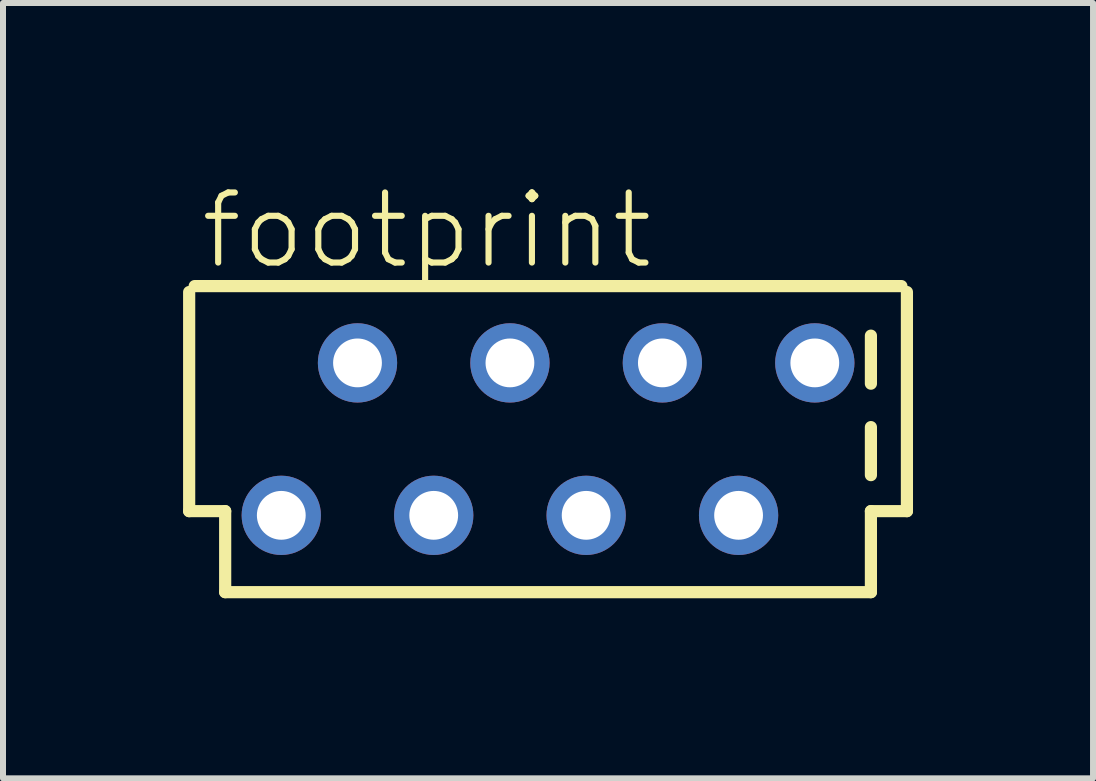
<source format=kicad_pcb>
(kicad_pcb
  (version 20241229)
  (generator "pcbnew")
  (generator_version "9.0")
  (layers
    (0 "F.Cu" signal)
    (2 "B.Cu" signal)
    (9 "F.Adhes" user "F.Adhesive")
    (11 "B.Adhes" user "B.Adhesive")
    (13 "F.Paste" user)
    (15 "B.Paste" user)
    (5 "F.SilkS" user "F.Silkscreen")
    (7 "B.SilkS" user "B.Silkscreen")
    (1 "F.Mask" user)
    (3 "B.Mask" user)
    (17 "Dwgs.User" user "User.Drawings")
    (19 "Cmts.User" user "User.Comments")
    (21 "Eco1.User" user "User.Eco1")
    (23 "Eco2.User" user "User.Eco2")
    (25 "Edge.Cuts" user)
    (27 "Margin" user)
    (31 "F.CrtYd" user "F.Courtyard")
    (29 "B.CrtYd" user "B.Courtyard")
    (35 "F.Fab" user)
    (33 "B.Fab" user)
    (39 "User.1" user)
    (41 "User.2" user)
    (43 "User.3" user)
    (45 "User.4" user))
  (footprint "footprint"
    (layer "F.Cu")
    (at 6.082 4.267)
    (property "Reference" "footprint" (at -5.842 -2.794 0) (layer "F.SilkS") (effects (font (size 1.168 1.168) (thickness 0.102)) (justify left bottom)))
    (fp_line (start -5.98 -2.451) (end -5.98 1.2) (stroke (width 0.203) (type solid)) (layer "F.SilkS"))
    (fp_line (start -5.98 1.2) (end -5.38 1.2) (stroke (width 0.203) (type solid)) (layer "F.SilkS"))
    (fp_line (start -5.38 1.2) (end -5.38 2.55) (stroke (width 0.203) (type solid)) (layer "F.SilkS"))
    (fp_line (start -5.38 2.55) (end 5.38 2.55) (stroke (width 0.203) (type solid)) (layer "F.SilkS"))
    (fp_line (start 5.38 -1.724) (end 5.38 -0.924) (stroke (width 0.203) (type solid)) (layer "F.SilkS"))
    (fp_line (start 5.38 -0.2) (end 5.38 0.6) (stroke (width 0.203) (type solid)) (layer "F.SilkS"))
    (fp_line (start 5.38 1.2) (end 5.98 1.2) (stroke (width 0.203) (type solid)) (layer "F.SilkS"))
    (fp_line (start 5.38 2.55) (end 5.38 1.2) (stroke (width 0.203) (type solid)) (layer "F.SilkS"))
    (fp_line (start 5.888 -2.55) (end -5.888 -2.55) (stroke (width 0.203) (type solid)) (layer "F.SilkS"))
    (fp_line (start 5.98 1.2) (end 5.98 -2.451) (stroke (width 0.203) (type solid)) (layer "F.SilkS"))
    (pad "1" thru_hole circle (at -4.445 1.27) (size 1.321 1.321) (drill 0.813) (layers "*.Cu" "*.Mask"))
    (pad "2" thru_hole circle (at -3.175 -1.27) (size 1.321 1.321) (drill 0.813) (layers "*.Cu" "*.Mask"))
    (pad "3" thru_hole circle (at -1.905 1.27) (size 1.321 1.321) (drill 0.813) (layers "*.Cu" "*.Mask"))
    (pad "4" thru_hole circle (at -0.635 -1.27) (size 1.321 1.321) (drill 0.813) (layers "*.Cu" "*.Mask"))
    (pad "5" thru_hole circle (at 0.635 1.27) (size 1.321 1.321) (drill 0.813) (layers "*.Cu" "*.Mask"))
    (pad "6" thru_hole circle (at 1.905 -1.27) (size 1.321 1.321) (drill 0.813) (layers "*.Cu" "*.Mask"))
    (pad "7" thru_hole circle (at 3.175 1.27) (size 1.321 1.321) (drill 0.813) (layers "*.Cu" "*.Mask"))
    (pad "8" thru_hole circle (at 4.445 -1.27) (size 1.321 1.321) (drill 0.813) (layers "*.Cu" "*.Mask")))
  (gr_rect
    (start -3 -3)
    (end 15.163 9.919)
    (stroke (width 0.1) (type default))
    (fill no)
    (layer "Edge.Cuts")))
</source>
